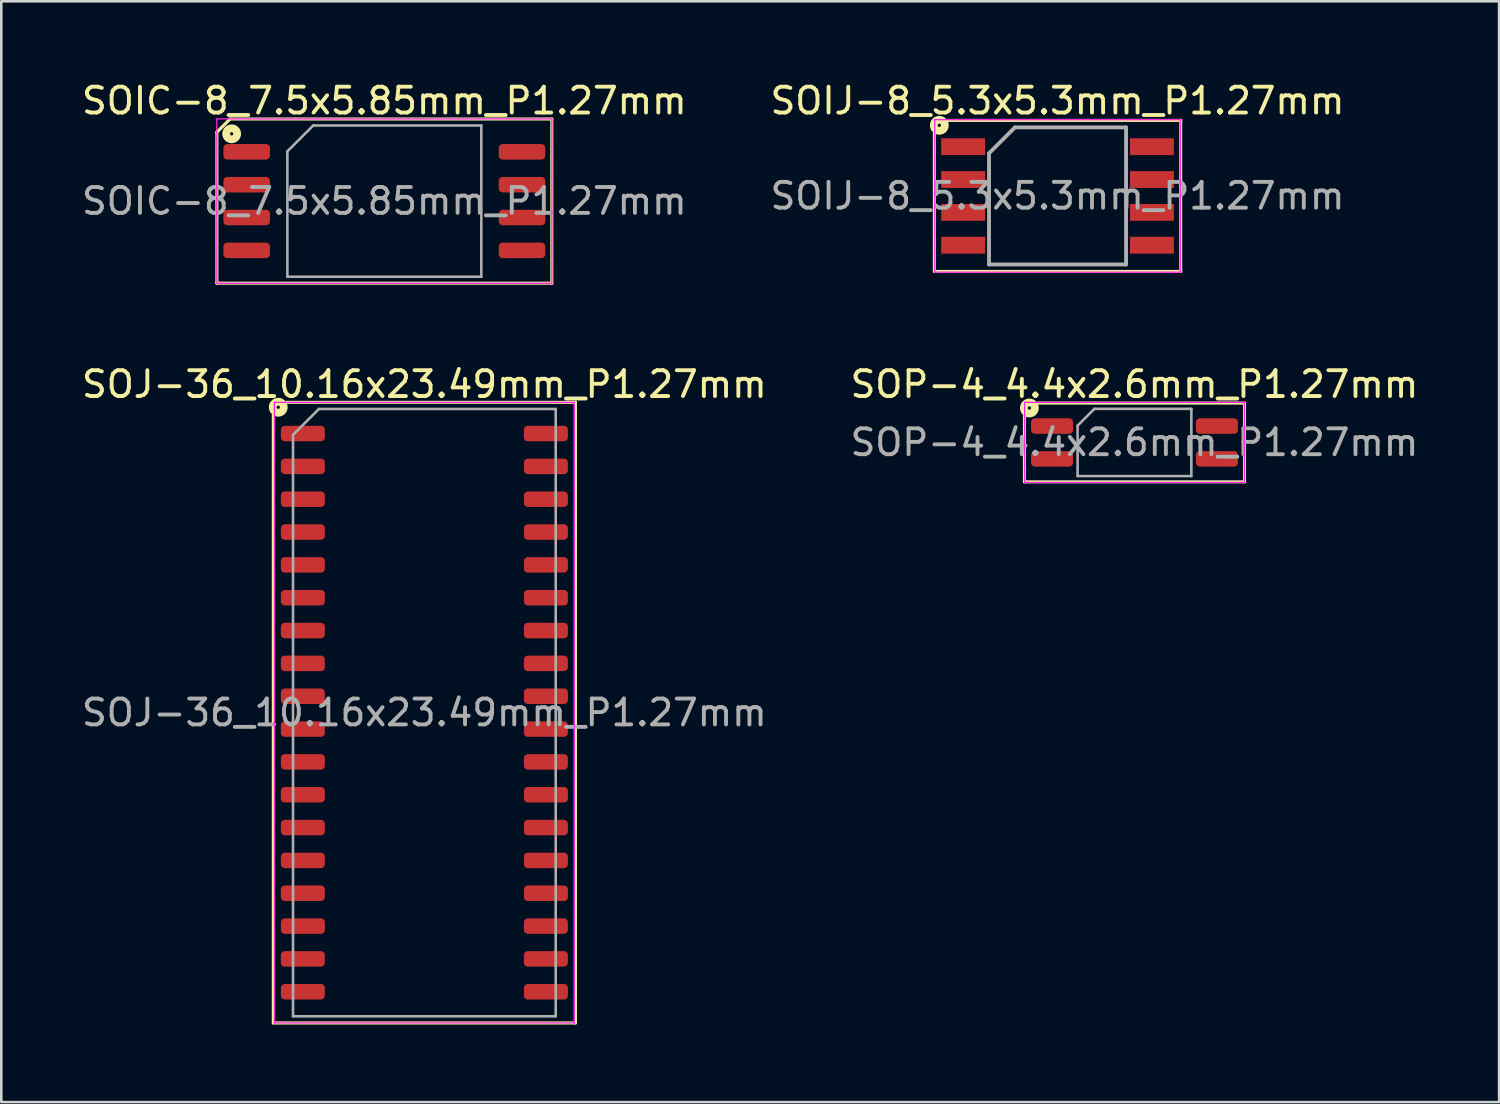
<source format=kicad_pcb>
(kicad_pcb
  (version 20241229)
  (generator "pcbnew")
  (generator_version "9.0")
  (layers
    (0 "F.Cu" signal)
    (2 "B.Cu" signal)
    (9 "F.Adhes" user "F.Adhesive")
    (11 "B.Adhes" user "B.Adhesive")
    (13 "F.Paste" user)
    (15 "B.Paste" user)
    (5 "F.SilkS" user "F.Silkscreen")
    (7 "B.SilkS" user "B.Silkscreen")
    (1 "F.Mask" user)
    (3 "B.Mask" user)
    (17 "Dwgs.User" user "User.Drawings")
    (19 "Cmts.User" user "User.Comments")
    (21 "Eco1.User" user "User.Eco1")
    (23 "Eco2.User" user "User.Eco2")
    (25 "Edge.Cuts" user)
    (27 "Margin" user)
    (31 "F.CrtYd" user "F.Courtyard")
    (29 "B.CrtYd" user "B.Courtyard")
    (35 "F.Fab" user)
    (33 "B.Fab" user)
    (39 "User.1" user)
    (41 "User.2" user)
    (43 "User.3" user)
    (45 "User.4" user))
  (footprint "SOIJ-8_5.3x5.3mm_P1.27mm"
    (layer "F.Cu")
    (at 37.851 4.528)
    (property "Reference" "SOIJ-8_5.3x5.3mm_P1.27mm" (at 0 -3.68 0) (layer "F.SilkS") (effects (font (size 1 1) (thickness 0.15))))
    (attr smd)
    (fp_line (start -4.763 -2.413) (end -4.763 2.921) (stroke (width 0.12) (type solid)) (layer "F.SilkS"))
    (fp_line (start -4.763 2.921) (end 4.763 2.921) (stroke (width 0.12) (type solid)) (layer "F.SilkS"))
    (fp_line (start 4.763 -2.921) (end -4.255 -2.921) (stroke (width 0.12) (type solid)) (layer "F.SilkS"))
    (fp_line (start 4.763 2.921) (end 4.763 -2.921) (stroke (width 0.12) (type solid)) (layer "F.SilkS"))
    (fp_circle (center -4.572 -2.731) (end -4.508 -2.731) (stroke (width 0.3) (type solid)) (fill no) (layer "F.SilkS"))
    (fp_line (start -4.75 -2.95) (end -4.75 2.95) (stroke (width 0.05) (type solid)) (layer "F.CrtYd"))
    (fp_line (start -4.75 -2.95) (end 4.75 -2.95) (stroke (width 0.05) (type solid)) (layer "F.CrtYd"))
    (fp_line (start -4.75 2.95) (end 4.75 2.95) (stroke (width 0.05) (type solid)) (layer "F.CrtYd"))
    (fp_line (start 4.75 -2.95) (end 4.75 2.95) (stroke (width 0.05) (type solid)) (layer "F.CrtYd"))
    (fp_line (start -2.65 -1.65) (end -1.65 -2.65) (stroke (width 0.15) (type solid)) (layer "F.Fab"))
    (fp_line (start -2.65 2.65) (end -2.65 -1.65) (stroke (width 0.15) (type solid)) (layer "F.Fab"))
    (fp_line (start -1.65 -2.65) (end 2.65 -2.65) (stroke (width 0.15) (type solid)) (layer "F.Fab"))
    (fp_line (start 2.65 -2.65) (end 2.65 2.65) (stroke (width 0.15) (type solid)) (layer "F.Fab"))
    (fp_line (start 2.65 2.65) (end -2.65 2.65) (stroke (width 0.15) (type solid)) (layer "F.Fab"))
    (fp_text user "${REFERENCE}" (at 0 0 0) (layer "F.Fab") (effects (font (size 1 1) (thickness 0.15))))
    (pad "1" smd rect (at -3.65 -1.905) (size 1.7 0.65) (layers "F.Cu" "F.Mask" "F.Paste"))
    (pad "2" smd rect (at -3.65 -0.635) (size 1.7 0.65) (layers "F.Cu" "F.Mask" "F.Paste"))
    (pad "3" smd rect (at -3.65 0.635) (size 1.7 0.65) (layers "F.Cu" "F.Mask" "F.Paste"))
    (pad "4" smd rect (at -3.65 1.905) (size 1.7 0.65) (layers "F.Cu" "F.Mask" "F.Paste"))
    (pad "5" smd rect (at 3.65 1.905) (size 1.7 0.65) (layers "F.Cu" "F.Mask" "F.Paste"))
    (pad "6" smd rect (at 3.65 0.635) (size 1.7 0.65) (layers "F.Cu" "F.Mask" "F.Paste"))
    (pad "7" smd rect (at 3.65 -0.635) (size 1.7 0.65) (layers "F.Cu" "F.Mask" "F.Paste"))
    (pad "8" smd rect (at 3.65 -1.905) (size 1.7 0.65) (layers "F.Cu" "F.Mask" "F.Paste")))
  (footprint "SOIC-8_7.5x5.85mm_P1.27mm"
    (layer "F.Cu")
    (at 11.815 4.728)
    (property "Reference" "SOIC-8_7.5x5.85mm_P1.27mm" (at 0 -3.88 0) (layer "F.SilkS") (effects (font (size 1 1) (thickness 0.15))))
    (attr smd)
    (fp_line (start -6.477 -2.667) (end -6.477 3.175) (stroke (width 0.12) (type solid)) (layer "F.SilkS"))
    (fp_line (start -6.477 -2.667) (end -5.969 -3.175) (stroke (width 0.12) (type solid)) (layer "F.SilkS"))
    (fp_line (start -6.477 3.175) (end 6.477 3.175) (stroke (width 0.12) (type solid)) (layer "F.SilkS"))
    (fp_line (start 6.477 -3.175) (end -5.969 -3.175) (stroke (width 0.12) (type solid)) (layer "F.SilkS"))
    (fp_line (start 6.477 3.175) (end 6.477 -3.175) (stroke (width 0.12) (type solid)) (layer "F.SilkS"))
    (fp_circle (center -5.905 -2.603) (end -5.842 -2.603) (stroke (width 0.3) (type solid)) (fill no) (layer "F.SilkS"))
    (fp_line (start -6.48 -3.18) (end -6.48 3.18) (stroke (width 0.05) (type solid)) (layer "F.CrtYd"))
    (fp_line (start -6.48 3.18) (end 6.48 3.18) (stroke (width 0.05) (type solid)) (layer "F.CrtYd"))
    (fp_line (start 6.48 -3.18) (end -6.48 -3.18) (stroke (width 0.05) (type solid)) (layer "F.CrtYd"))
    (fp_line (start 6.48 3.18) (end 6.48 -3.18) (stroke (width 0.05) (type solid)) (layer "F.CrtYd"))
    (fp_line (start -3.75 -1.925) (end -2.75 -2.925) (stroke (width 0.1) (type solid)) (layer "F.Fab"))
    (fp_line (start -3.75 2.925) (end -3.75 -1.925) (stroke (width 0.1) (type solid)) (layer "F.Fab"))
    (fp_line (start -2.75 -2.925) (end 3.75 -2.925) (stroke (width 0.1) (type solid)) (layer "F.Fab"))
    (fp_line (start 3.75 -2.925) (end 3.75 2.925) (stroke (width 0.1) (type solid)) (layer "F.Fab"))
    (fp_line (start 3.75 2.925) (end -3.75 2.925) (stroke (width 0.1) (type solid)) (layer "F.Fab"))
    (fp_text user "${REFERENCE}" (at 0 0 0) (layer "F.Fab") (effects (font (size 1 1) (thickness 0.15))))
    (pad "1" smd roundrect (at -5.325 -1.905) (size 1.8 0.6) (layers "F.Cu" "F.Mask" "F.Paste") (roundrect_rratio 0.25))
    (pad "2" smd roundrect (at -5.325 -0.635) (size 1.8 0.6) (layers "F.Cu" "F.Mask" "F.Paste") (roundrect_rratio 0.25))
    (pad "3" smd roundrect (at -5.325 0.635) (size 1.8 0.6) (layers "F.Cu" "F.Mask" "F.Paste") (roundrect_rratio 0.25))
    (pad "4" smd roundrect (at -5.325 1.905) (size 1.8 0.6) (layers "F.Cu" "F.Mask" "F.Paste") (roundrect_rratio 0.25))
    (pad "5" smd roundrect (at 5.325 1.905) (size 1.8 0.6) (layers "F.Cu" "F.Mask" "F.Paste") (roundrect_rratio 0.25))
    (pad "6" smd roundrect (at 5.325 0.635) (size 1.8 0.6) (layers "F.Cu" "F.Mask" "F.Paste") (roundrect_rratio 0.25))
    (pad "7" smd roundrect (at 5.325 -0.635) (size 1.8 0.6) (layers "F.Cu" "F.Mask" "F.Paste") (roundrect_rratio 0.25))
    (pad "8" smd roundrect (at 5.325 -1.905) (size 1.8 0.6) (layers "F.Cu" "F.Mask" "F.Paste") (roundrect_rratio 0.25)))
  (footprint "SOP-4_4.4x2.6mm_P1.27mm"
    (layer "F.Cu")
    (at 40.827 14.062)
    (property "Reference" "SOP-4_4.4x2.6mm_P1.27mm" (at 0 -2.25 0) (layer "F.SilkS") (effects (font (size 1 1) (thickness 0.15))))
    (attr smd)
    (fp_line (start -4.255 -1.016) (end -4.255 1.524) (stroke (width 0.12) (type solid)) (layer "F.SilkS"))
    (fp_line (start -4.255 1.524) (end 4.255 1.524) (stroke (width 0.12) (type solid)) (layer "F.SilkS"))
    (fp_line (start 4.255 -1.524) (end -3.747 -1.524) (stroke (width 0.12) (type solid)) (layer "F.SilkS"))
    (fp_line (start 4.255 1.524) (end 4.255 -1.524) (stroke (width 0.12) (type solid)) (layer "F.SilkS"))
    (fp_circle (center -4.064 -1.333) (end -4 -1.333) (stroke (width 0.3) (type solid)) (fill no) (layer "F.SilkS"))
    (fp_line (start -4.25 -1.55) (end -4.25 1.55) (stroke (width 0.05) (type solid)) (layer "F.CrtYd"))
    (fp_line (start -4.25 1.55) (end 4.25 1.55) (stroke (width 0.05) (type solid)) (layer "F.CrtYd"))
    (fp_line (start 4.25 -1.55) (end -4.25 -1.55) (stroke (width 0.05) (type solid)) (layer "F.CrtYd"))
    (fp_line (start 4.25 1.55) (end 4.25 -1.55) (stroke (width 0.05) (type solid)) (layer "F.CrtYd"))
    (fp_line (start -2.2 -0.65) (end -1.55 -1.3) (stroke (width 0.1) (type solid)) (layer "F.Fab"))
    (fp_line (start -2.2 1.3) (end -2.2 -0.65) (stroke (width 0.1) (type solid)) (layer "F.Fab"))
    (fp_line (start -1.55 -1.3) (end 2.2 -1.3) (stroke (width 0.1) (type solid)) (layer "F.Fab"))
    (fp_line (start 2.2 -1.3) (end 2.2 1.3) (stroke (width 0.1) (type solid)) (layer "F.Fab"))
    (fp_line (start 2.2 1.3) (end -2.2 1.3) (stroke (width 0.1) (type solid)) (layer "F.Fab"))
    (fp_text user "${REFERENCE}" (at 0 0 0) (layer "F.Fab") (effects (font (size 1 1) (thickness 0.15))))
    (pad "1" smd roundrect (at -3.188 -0.635) (size 1.625 0.6) (layers "F.Cu" "F.Mask" "F.Paste") (roundrect_rratio 0.25))
    (pad "2" smd roundrect (at -3.188 0.635) (size 1.625 0.6) (layers "F.Cu" "F.Mask" "F.Paste") (roundrect_rratio 0.25))
    (pad "3" smd roundrect (at 3.188 0.635) (size 1.625 0.6) (layers "F.Cu" "F.Mask" "F.Paste") (roundrect_rratio 0.25))
    (pad "4" smd roundrect (at 3.188 -0.635) (size 1.625 0.6) (layers "F.Cu" "F.Mask" "F.Paste") (roundrect_rratio 0.25)))
  (footprint "SOJ-36_10.16x23.49mm_P1.27mm"
    (layer "F.Cu")
    (at 13.363 24.512)
    (property "Reference" "SOJ-36_10.16x23.49mm_P1.27mm" (at 0 -12.7 0) (layer "F.SilkS") (effects (font (size 1 1) (thickness 0.15))))
    (attr smd)
    (fp_line (start -5.842 -11.493) (end -5.842 12.002) (stroke (width 0.12) (type solid)) (layer "F.SilkS"))
    (fp_line (start -5.842 12.002) (end 5.842 12.002) (stroke (width 0.12) (type solid)) (layer "F.SilkS"))
    (fp_line (start 5.842 -12.002) (end -5.334 -12.002) (stroke (width 0.12) (type solid)) (layer "F.SilkS"))
    (fp_line (start 5.842 12.002) (end 5.842 -12.002) (stroke (width 0.12) (type solid)) (layer "F.SilkS"))
    (fp_circle (center -5.652 -11.811) (end -5.588 -11.811) (stroke (width 0.3) (type solid)) (fill no) (layer "F.SilkS"))
    (fp_line (start -5.8 -12) (end -5.8 12) (stroke (width 0.05) (type solid)) (layer "F.CrtYd"))
    (fp_line (start -5.8 12) (end 5.8 12) (stroke (width 0.05) (type solid)) (layer "F.CrtYd"))
    (fp_line (start 5.8 -12) (end -5.8 -12) (stroke (width 0.05) (type solid)) (layer "F.CrtYd"))
    (fp_line (start 5.8 12) (end 5.8 -12) (stroke (width 0.05) (type solid)) (layer "F.CrtYd"))
    (fp_line (start -5.08 -10.745) (end -4.08 -11.745) (stroke (width 0.1) (type solid)) (layer "F.Fab"))
    (fp_line (start -5.08 11.745) (end -5.08 -10.745) (stroke (width 0.1) (type solid)) (layer "F.Fab"))
    (fp_line (start -4.08 -11.745) (end 5.08 -11.745) (stroke (width 0.1) (type solid)) (layer "F.Fab"))
    (fp_line (start 5.08 -11.745) (end 5.08 11.745) (stroke (width 0.1) (type solid)) (layer "F.Fab"))
    (fp_line (start 5.08 11.745) (end -5.08 11.745) (stroke (width 0.1) (type solid)) (layer "F.Fab"))
    (fp_text user "${REFERENCE}" (at 0 0 0) (layer "F.Fab") (effects (font (size 1 1) (thickness 0.15))))
    (pad "1" smd roundrect (at -4.7 -10.795) (size 1.7 0.6) (layers "F.Cu" "F.Mask" "F.Paste") (roundrect_rratio 0.25))
    (pad "2" smd roundrect (at -4.7 -9.525) (size 1.7 0.6) (layers "F.Cu" "F.Mask" "F.Paste") (roundrect_rratio 0.25))
    (pad "3" smd roundrect (at -4.7 -8.255) (size 1.7 0.6) (layers "F.Cu" "F.Mask" "F.Paste") (roundrect_rratio 0.25))
    (pad "4" smd roundrect (at -4.7 -6.985) (size 1.7 0.6) (layers "F.Cu" "F.Mask" "F.Paste") (roundrect_rratio 0.25))
    (pad "5" smd roundrect (at -4.7 -5.715) (size 1.7 0.6) (layers "F.Cu" "F.Mask" "F.Paste") (roundrect_rratio 0.25))
    (pad "6" smd roundrect (at -4.7 -4.445) (size 1.7 0.6) (layers "F.Cu" "F.Mask" "F.Paste") (roundrect_rratio 0.25))
    (pad "7" smd roundrect (at -4.7 -3.175) (size 1.7 0.6) (layers "F.Cu" "F.Mask" "F.Paste") (roundrect_rratio 0.25))
    (pad "8" smd roundrect (at -4.7 -1.905) (size 1.7 0.6) (layers "F.Cu" "F.Mask" "F.Paste") (roundrect_rratio 0.25))
    (pad "9" smd roundrect (at -4.7 -0.635) (size 1.7 0.6) (layers "F.Cu" "F.Mask" "F.Paste") (roundrect_rratio 0.25))
    (pad "10" smd roundrect (at -4.7 0.635) (size 1.7 0.6) (layers "F.Cu" "F.Mask" "F.Paste") (roundrect_rratio 0.25))
    (pad "11" smd roundrect (at -4.7 1.905) (size 1.7 0.6) (layers "F.Cu" "F.Mask" "F.Paste") (roundrect_rratio 0.25))
    (pad "12" smd roundrect (at -4.7 3.175) (size 1.7 0.6) (layers "F.Cu" "F.Mask" "F.Paste") (roundrect_rratio 0.25))
    (pad "13" smd roundrect (at -4.7 4.445) (size 1.7 0.6) (layers "F.Cu" "F.Mask" "F.Paste") (roundrect_rratio 0.25))
    (pad "14" smd roundrect (at -4.7 5.715) (size 1.7 0.6) (layers "F.Cu" "F.Mask" "F.Paste") (roundrect_rratio 0.25))
    (pad "15" smd roundrect (at -4.7 6.985) (size 1.7 0.6) (layers "F.Cu" "F.Mask" "F.Paste") (roundrect_rratio 0.25))
    (pad "16" smd roundrect (at -4.7 8.255) (size 1.7 0.6) (layers "F.Cu" "F.Mask" "F.Paste") (roundrect_rratio 0.25))
    (pad "17" smd roundrect (at -4.7 9.525) (size 1.7 0.6) (layers "F.Cu" "F.Mask" "F.Paste") (roundrect_rratio 0.25))
    (pad "18" smd roundrect (at -4.7 10.795) (size 1.7 0.6) (layers "F.Cu" "F.Mask" "F.Paste") (roundrect_rratio 0.25))
    (pad "19" smd roundrect (at 4.7 10.795) (size 1.7 0.6) (layers "F.Cu" "F.Mask" "F.Paste") (roundrect_rratio 0.25))
    (pad "20" smd roundrect (at 4.7 9.525) (size 1.7 0.6) (layers "F.Cu" "F.Mask" "F.Paste") (roundrect_rratio 0.25))
    (pad "21" smd roundrect (at 4.7 8.255) (size 1.7 0.6) (layers "F.Cu" "F.Mask" "F.Paste") (roundrect_rratio 0.25))
    (pad "22" smd roundrect (at 4.7 6.985) (size 1.7 0.6) (layers "F.Cu" "F.Mask" "F.Paste") (roundrect_rratio 0.25))
    (pad "23" smd roundrect (at 4.7 5.715) (size 1.7 0.6) (layers "F.Cu" "F.Mask" "F.Paste") (roundrect_rratio 0.25))
    (pad "24" smd roundrect (at 4.7 4.445) (size 1.7 0.6) (layers "F.Cu" "F.Mask" "F.Paste") (roundrect_rratio 0.25))
    (pad "25" smd roundrect (at 4.7 3.175) (size 1.7 0.6) (layers "F.Cu" "F.Mask" "F.Paste") (roundrect_rratio 0.25))
    (pad "26" smd roundrect (at 4.7 1.905) (size 1.7 0.6) (layers "F.Cu" "F.Mask" "F.Paste") (roundrect_rratio 0.25))
    (pad "27" smd roundrect (at 4.7 0.635) (size 1.7 0.6) (layers "F.Cu" "F.Mask" "F.Paste") (roundrect_rratio 0.25))
    (pad "28" smd roundrect (at 4.7 -0.635) (size 1.7 0.6) (layers "F.Cu" "F.Mask" "F.Paste") (roundrect_rratio 0.25))
    (pad "29" smd roundrect (at 4.7 -1.905) (size 1.7 0.6) (layers "F.Cu" "F.Mask" "F.Paste") (roundrect_rratio 0.25))
    (pad "30" smd roundrect (at 4.7 -3.175) (size 1.7 0.6) (layers "F.Cu" "F.Mask" "F.Paste") (roundrect_rratio 0.25))
    (pad "31" smd roundrect (at 4.7 -4.445) (size 1.7 0.6) (layers "F.Cu" "F.Mask" "F.Paste") (roundrect_rratio 0.25))
    (pad "32" smd roundrect (at 4.7 -5.715) (size 1.7 0.6) (layers "F.Cu" "F.Mask" "F.Paste") (roundrect_rratio 0.25))
    (pad "33" smd roundrect (at 4.7 -6.985) (size 1.7 0.6) (layers "F.Cu" "F.Mask" "F.Paste") (roundrect_rratio 0.25))
    (pad "34" smd roundrect (at 4.7 -8.255) (size 1.7 0.6) (layers "F.Cu" "F.Mask" "F.Paste") (roundrect_rratio 0.25))
    (pad "35" smd roundrect (at 4.7 -9.525) (size 1.7 0.6) (layers "F.Cu" "F.Mask" "F.Paste") (roundrect_rratio 0.25))
    (pad "36" smd roundrect (at 4.7 -10.795) (size 1.7 0.6) (layers "F.Cu" "F.Mask" "F.Paste") (roundrect_rratio 0.25)))
  (gr_rect
    (start -3 -3)
    (end 54.929 39.573)
    (stroke (width 0.1) (type default))
    (fill no)
    (layer "Edge.Cuts")))
</source>
